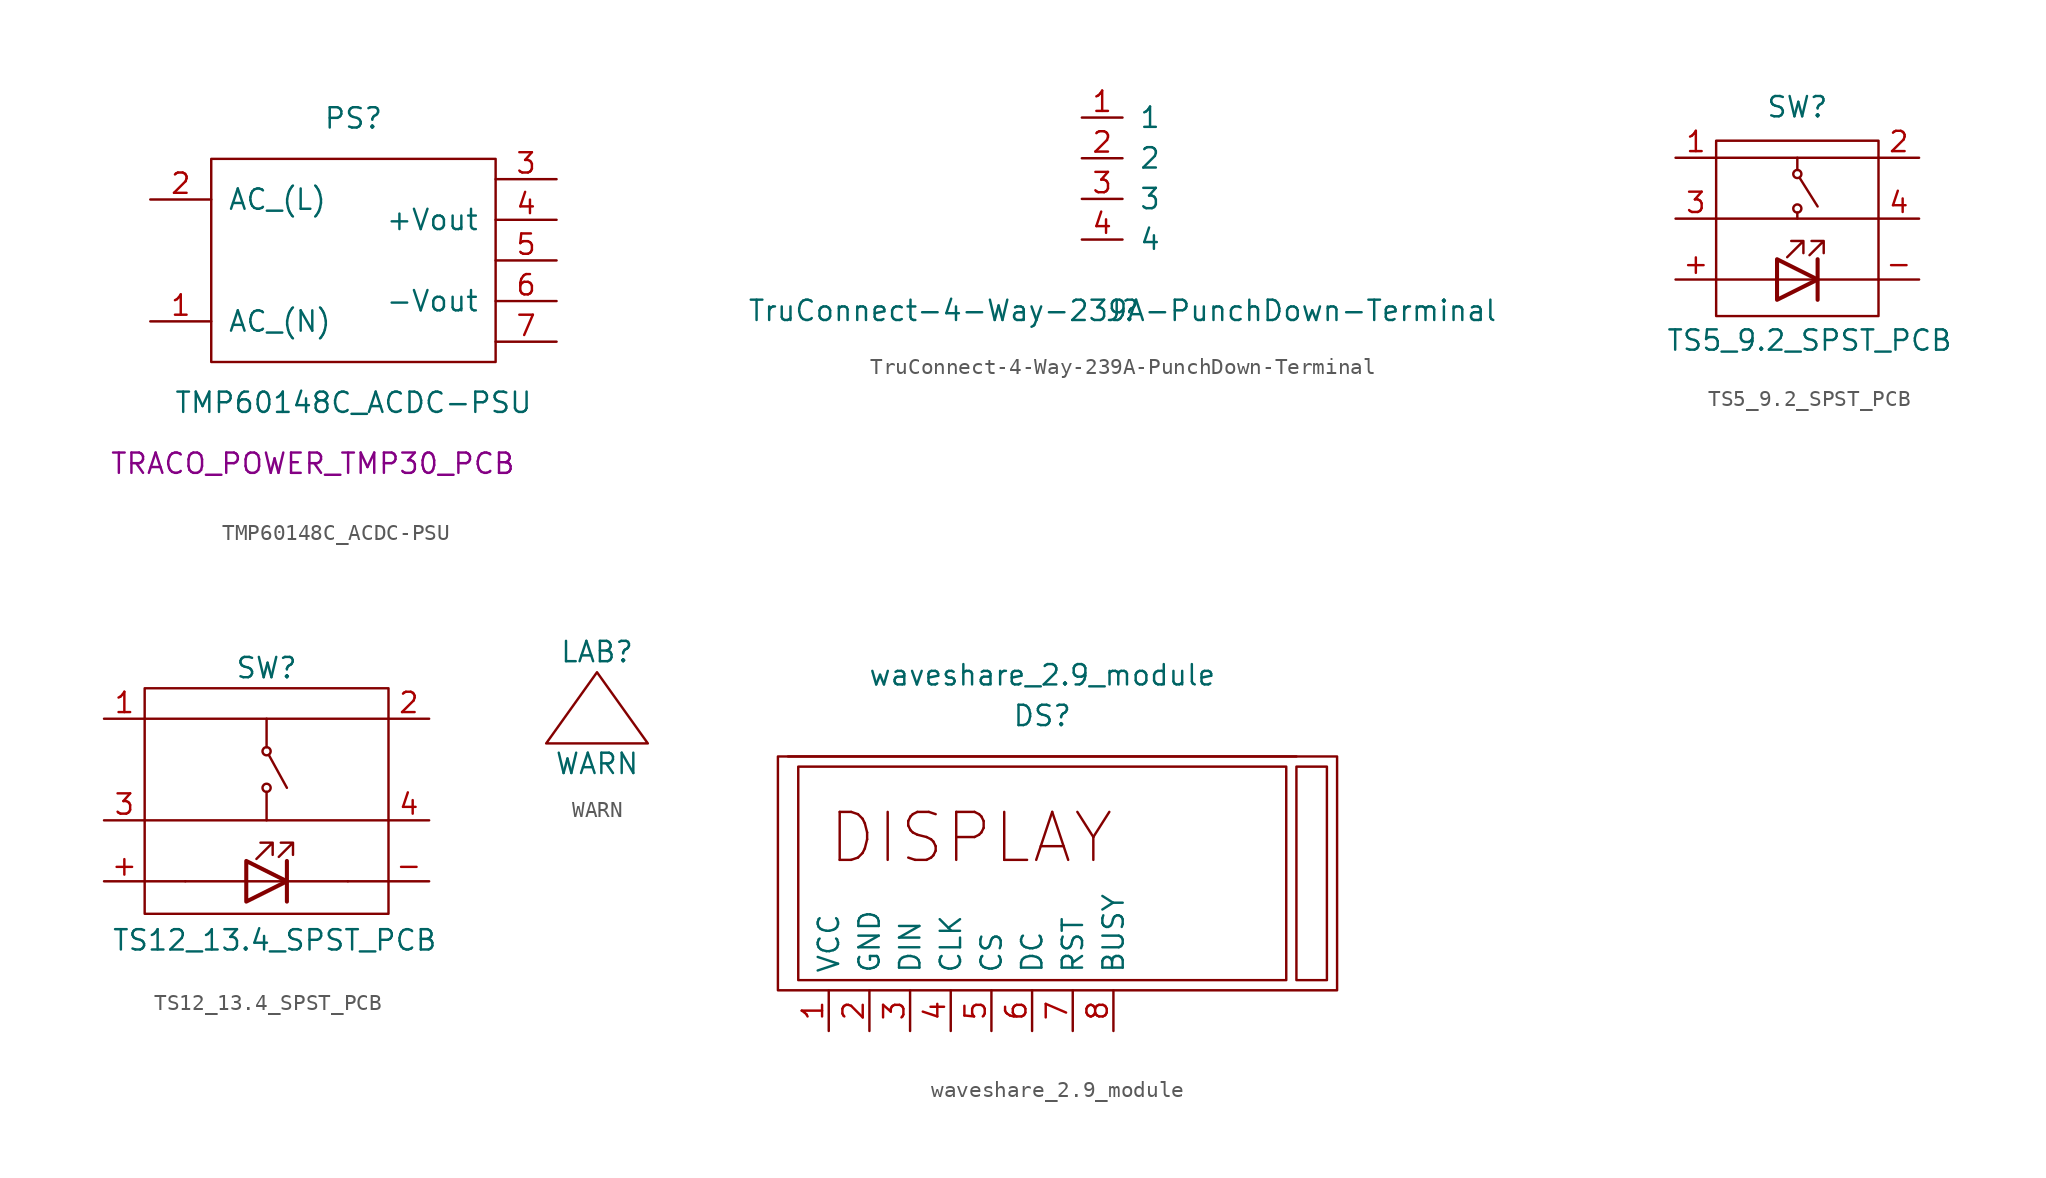
<source format=kicad_sym>
(kicad_symbol_lib
  (version 20211014)
  (generator kicad_symbol_editor)
  (symbol "TMP60148C_ACDC-PSU"
    (pin_names
      (offset 1.016))
    (property "Reference" "PS"
      (at 0 8.89 0)
      (effects (font (size 1.27 1.27))))
    (property "Value" "TMP60148C_ACDC-PSU"
      (at 0 -8.89 0)
      (effects (font (size 1.27 1.27))))
    (property "Footprint" "TRACO_POWER_TMP30_PCB"
      (at -2.54 -12.7 0)
      (effects (font (size 1.27 1.27))))
    (symbol "TMP60148C_ACDC-PSU_0_1"
      (rectangle (start -8.89 6.35) (end 8.89 -6.35) (stroke (width 0) (type default) (color 0 0 0 0)) (fill (type none))))
    (symbol "TMP60148C_ACDC-PSU_1_1"
      (pin power_in line (at -12.7 -3.81 0) (length 3.81) (name "AC_(N)" (effects (font (size 1.27 1.27)))) (number "1" (effects (font (size 1.27 1.27)))))
      (pin power_in line (at -12.7 3.81 0) (length 3.81) (name "AC_(L)" (effects (font (size 1.27 1.27)))) (number "2" (effects (font (size 1.27 1.27)))))
      (pin power_in line (at 12.7 5.08 180) (length 3.81) (name "~" (effects (font (size 1.27 1.27)))) (number "3" (effects (font (size 1.27 1.27)))))
      (pin power_in line (at 12.7 2.54 180) (length 3.81) (name "+Vout" (effects (font (size 1.27 1.27)))) (number "4" (effects (font (size 1.27 1.27)))))
      (pin power_in line (at 12.7 0 180) (length 3.81) (name "~" (effects (font (size 1.27 1.27)))) (number "5" (effects (font (size 1.27 1.27)))))
      (pin power_in line (at 12.7 -2.54 180) (length 3.81) (name "-Vout" (effects (font (size 1.27 1.27)))) (number "6" (effects (font (size 1.27 1.27)))))
      (pin power_in line (at 12.7 -5.08 180) (length 3.81) (name "~" (effects (font (size 1.27 1.27)))) (number "7" (effects (font (size 1.27 1.27)))))))
  (symbol "TruConnect-4-Way-239A-PunchDown-Terminal"
    (pin_names
      (offset 1.016))
    (property "Reference" "J"
      (at 0 0 0)
      (effects (font (size 1.27 1.27))))
    (property "Value" "TruConnect-4-Way-239A-PunchDown-Terminal"
      (at 0 0 0)
      (effects (font (size 1.27 1.27))))
    (symbol "TruConnect-4-Way-239A-PunchDown-Terminal_1_1"
      (pin input line (at -2.54 12.065 0) (length 2.54) (name "1" (effects (font (size 1.27 1.27)))) (number "1" (effects (font (size 1.27 1.27)))))
      (pin input line (at -2.54 9.525 0) (length 2.54) (name "2" (effects (font (size 1.27 1.27)))) (number "2" (effects (font (size 1.27 1.27)))))
      (pin input line (at -2.54 6.985 0) (length 2.54) (name "3" (effects (font (size 1.27 1.27)))) (number "3" (effects (font (size 1.27 1.27)))))
      (pin input line (at -2.54 4.445 0) (length 2.54) (name "4" (effects (font (size 1.27 1.27)))) (number "4" (effects (font (size 1.27 1.27)))))))
  (symbol "TS5_9.2_SPST_PCB"
    (pin_names
      (offset 1.016))
    (property "Reference" "SW"
      (at 0 10.795 0)
      (effects (font (size 1.27 1.27))))
    (property "Value" "TS5_9.2_SPST_PCB"
      (at 0.762 -3.81 0)
      (effects (font (size 1.27 1.27))))
    (symbol "TS5_9.2_SPST_PCB_0_1"
      (rectangle (start -5.08 8.687) (end 5.08 -2.286) (stroke (width 0) (type default) (color 0 0 0 0)) (fill (type none)))
      (polyline (pts (xy -5.08 0) (xy -1.27 0)) (stroke (width 0) (type default) (color 0 0 0 0)) (fill (type none)))
      (polyline (pts (xy -5.08 3.81) (xy 5.08 3.81)) (stroke (width 0) (type default) (color 0 0 0 0)) (fill (type none)))
      (polyline (pts (xy 0 4.191) (xy 0 3.81)) (stroke (width 0) (type default) (color 0 0 0 0)) (fill (type none)))
      (polyline (pts (xy 0 7.62) (xy 0 6.858)) (stroke (width 0) (type default) (color 0 0 0 0)) (fill (type none)))
      (polyline (pts (xy 0.152 6.35) (xy 1.27 4.572)) (stroke (width 0) (type default) (color 0 0 0 0)) (fill (type none)))
      (polyline (pts (xy 5.08 0) (xy 1.27 0)) (stroke (width 0) (type default) (color 0 0 0 0)) (fill (type none)))
      (polyline (pts (xy 5.08 7.62) (xy -5.08 7.62)) (stroke (width 0) (type default) (color 0 0 0 0)) (fill (type none)))
      (circle (center 0 4.445) (radius 0.254) (stroke (width 0) (type default) (color 0 0 0 0)) (fill (type none)))
      (circle (center 0 6.604) (radius 0.254) (stroke (width 0) (type default) (color 0 0 0 0)) (fill (type none))))
    (symbol "TS5_9.2_SPST_PCB_1_1"
      (polyline (pts (xy 1.27 0) (xy -1.27 0)) (stroke (width 0) (type default) (color 0 0 0 0)) (fill (type none)))
      (polyline (pts (xy 1.27 1.27) (xy 1.27 -1.27)) (stroke (width 0.254) (type default) (color 0 0 0 0)) (fill (type none)))
      (polyline (pts (xy -1.27 1.27) (xy -1.27 -1.27) (xy 1.27 0) (xy -1.27 1.27)) (stroke (width 0.254) (type default) (color 0 0 0 0)) (fill (type none)))
      (polyline (pts (xy -0.635 1.397) (xy 0.381 2.413) (xy -0.381 2.413) (xy 0.381 2.413) (xy 0.381 1.651)) (stroke (width 0) (type default) (color 0 0 0 0)) (fill (type none)))
      (polyline (pts (xy 0.762 1.524) (xy 1.651 2.413) (xy 0.889 2.413) (xy 1.651 2.413) (xy 1.651 1.651)) (stroke (width 0) (type default) (color 0 0 0 0)) (fill (type none)))
      (pin input line (at -7.62 0 0) (length 2.54) (name "~" (effects (font (size 1.27 1.27)))) (number "+" (effects (font (size 1.27 1.27)))))
      (pin input line (at 7.62 0 180) (length 2.54) (name "~" (effects (font (size 1.27 1.27)))) (number "-" (effects (font (size 1.27 1.27)))))
      (pin input line (at -7.62 7.62 0) (length 2.54) (name "~" (effects (font (size 1.27 1.27)))) (number "1" (effects (font (size 1.27 1.27)))))
      (pin input line (at 7.62 7.62 180) (length 2.54) (name "~" (effects (font (size 1.27 1.27)))) (number "2" (effects (font (size 1.27 1.27)))))
      (pin input line (at -7.62 3.81 0) (length 2.54) (name "~" (effects (font (size 1.27 1.27)))) (number "3" (effects (font (size 1.27 1.27)))))
      (pin input line (at 7.62 3.81 180) (length 2.54) (name "~" (effects (font (size 1.27 1.27)))) (number "4" (effects (font (size 1.27 1.27)))))))
  (symbol "TS12_13.4_SPST_PCB"
    (pin_names
      (offset 1.016))
    (property "Reference" "SW"
      (at 0 10.795 0)
      (effects (font (size 1.27 1.27))))
    (property "Value" "TS12_13.4_SPST_PCB"
      (at 0.508 -6.223 0)
      (effects (font (size 1.27 1.27))))
    (symbol "TS12_13.4_SPST_PCB_0_1"
      (rectangle (start -7.62 9.525) (end 7.62 -4.572) (stroke (width 0) (type default) (color 0 0 0 0)) (fill (type none)))
      (polyline (pts (xy -5.08 -2.54) (xy -7.62 -2.54)) (stroke (width 0) (type default) (color 0 0 0 0)) (fill (type none)))
      (polyline (pts (xy 5.08 -2.54) (xy 7.62 -2.54)) (stroke (width 0) (type default) (color 0 0 0 0)) (fill (type none))))
    (symbol "TS12_13.4_SPST_PCB_1_1"
      (polyline (pts (xy -5.08 -2.54) (xy -1.27 -2.54)) (stroke (width 0) (type default) (color 0 0 0 0)) (fill (type none)))
      (polyline (pts (xy 0 3.048) (xy 0 1.27)) (stroke (width 0) (type default) (color 0 0 0 0)) (fill (type none)))
      (polyline (pts (xy 0 7.62) (xy 0 5.842)) (stroke (width 0) (type default) (color 0 0 0 0)) (fill (type none)))
      (polyline (pts (xy 0.152 5.334) (xy 1.27 3.302)) (stroke (width 0) (type default) (color 0 0 0 0)) (fill (type none)))
      (polyline (pts (xy 1.27 -2.54) (xy -1.27 -2.54)) (stroke (width 0) (type default) (color 0 0 0 0)) (fill (type none)))
      (polyline (pts (xy 1.27 -1.27) (xy 1.27 -3.81)) (stroke (width 0.254) (type default) (color 0 0 0 0)) (fill (type none)))
      (polyline (pts (xy 5.08 -2.54) (xy 1.27 -2.54)) (stroke (width 0) (type default) (color 0 0 0 0)) (fill (type none)))
      (polyline (pts (xy 7.62 1.27) (xy -7.62 1.27)) (stroke (width 0) (type default) (color 0 0 0 0)) (fill (type none)))
      (polyline (pts (xy 7.62 7.62) (xy -7.62 7.62)) (stroke (width 0) (type default) (color 0 0 0 0)) (fill (type none)))
      (polyline (pts (xy -1.27 -1.27) (xy -1.27 -3.81) (xy 1.27 -2.54) (xy -1.27 -1.27)) (stroke (width 0.254) (type default) (color 0 0 0 0)) (fill (type none)))
      (polyline (pts (xy -0.635 -1.143) (xy 0.381 -0.127) (xy -0.381 -0.127) (xy 0.381 -0.127) (xy 0.381 -0.889)) (stroke (width 0) (type default) (color 0 0 0 0)) (fill (type none)))
      (polyline (pts (xy 0.762 -1.016) (xy 1.651 -0.127) (xy 0.889 -0.127) (xy 1.651 -0.127) (xy 1.651 -0.889)) (stroke (width 0) (type default) (color 0 0 0 0)) (fill (type none)))
      (circle (center 0 3.302) (radius 0.254) (stroke (width 0) (type default) (color 0 0 0 0)) (fill (type none)))
      (circle (center 0 5.588) (radius 0.254) (stroke (width 0) (type default) (color 0 0 0 0)) (fill (type none)))
      (pin input line (at -10.16 -2.54 0) (length 2.54) (name "~" (effects (font (size 1.27 1.27)))) (number "+" (effects (font (size 1.27 1.27)))))
      (pin input line (at 10.16 -2.54 180) (length 2.54) (name "~" (effects (font (size 1.27 1.27)))) (number "-" (effects (font (size 1.27 1.27)))))
      (pin input line (at -10.16 7.62 0) (length 2.54) (name "~" (effects (font (size 1.27 1.27)))) (number "1" (effects (font (size 1.27 1.27)))))
      (pin input line (at 10.16 7.62 180) (length 2.54) (name "~" (effects (font (size 1.27 1.27)))) (number "2" (effects (font (size 1.27 1.27)))))
      (pin input line (at -10.16 1.27 0) (length 2.54) (name "~" (effects (font (size 1.27 1.27)))) (number "3" (effects (font (size 1.27 1.27)))))
      (pin input line (at 10.16 1.27 180) (length 2.54) (name "~" (effects (font (size 1.27 1.27)))) (number "4" (effects (font (size 1.27 1.27)))))))
  (symbol "WARN"
    (pin_names
      (offset 1.016) hide)
    (property "Reference" "LAB"
      (at 0 4.445 0)
      (effects (font (size 1.27 1.27))))
    (property "Value" "WARN"
      (at 0 -2.54 0)
      (effects (font (size 1.27 1.27))))
    (symbol "WARN_0_1"
      (polyline (pts (xy 0 3.175) (xy -3.175 -1.27) (xy 0 -1.27) (xy 3.175 -1.27) (xy 0 3.175)) (stroke (width 0) (type default) (color 0 0 0 0)) (fill (type none)))))
  (symbol "waveshare_2.9_module"
    (pin_names
      (offset 1.016))
    (property "Reference" "DS"
      (at 0 17.145 0)
      (effects (font (size 1.27 1.27))))
    (property "Value" "waveshare_2.9_module"
      (at 0 19.685 0)
      (effects (font (size 1.27 1.27))))
    (symbol "waveshare_2.9_module_0_0"
      (text "DISPLAY" (at -4.445 9.525 0) (effects (font (size 2.997 2.997)))))
    (symbol "waveshare_2.9_module_0_1"
      (rectangle (start -16.51 14.605) (end 18.415 0) (stroke (width 0) (type default) (color 0 0 0 0)) (fill (type none)))
      (rectangle (start -15.24 13.97) (end 15.24 0.635) (stroke (width 0) (type default) (color 0 0 0 0)) (fill (type none)))
      (polyline (pts (xy 15.875 14.605) (xy -15.875 14.605)) (stroke (width 0) (type default) (color 0 0 0 0)) (fill (type none)))
      (rectangle (start 15.875 13.97) (end 17.78 0.635) (stroke (width 0) (type default) (color 0 0 0 0)) (fill (type none))))
    (symbol "waveshare_2.9_module_1_1"
      (pin input line (at -13.335 -2.54 90) (length 2.54) (name "VCC" (effects (font (size 1.27 1.27)))) (number "1" (effects (font (size 1.27 1.27)))))
      (pin input line (at -10.795 -2.54 90) (length 2.54) (name "GND" (effects (font (size 1.27 1.27)))) (number "2" (effects (font (size 1.27 1.27)))))
      (pin input line (at -8.255 -2.54 90) (length 2.54) (name "DIN" (effects (font (size 1.27 1.27)))) (number "3" (effects (font (size 1.27 1.27)))))
      (pin input line (at -5.715 -2.54 90) (length 2.54) (name "CLK" (effects (font (size 1.27 1.27)))) (number "4" (effects (font (size 1.27 1.27)))))
      (pin input line (at -3.175 -2.54 90) (length 2.54) (name "CS" (effects (font (size 1.27 1.27)))) (number "5" (effects (font (size 1.27 1.27)))))
      (pin input line (at -0.635 -2.54 90) (length 2.54) (name "DC" (effects (font (size 1.27 1.27)))) (number "6" (effects (font (size 1.27 1.27)))))
      (pin input line (at 1.905 -2.54 90) (length 2.54) (name "RST" (effects (font (size 1.27 1.27)))) (number "7" (effects (font (size 1.27 1.27)))))
      (pin input line (at 4.445 -2.54 90) (length 2.54) (name "BUSY" (effects (font (size 1.27 1.27)))) (number "8" (effects (font (size 1.27 1.27))))))))
</source>
